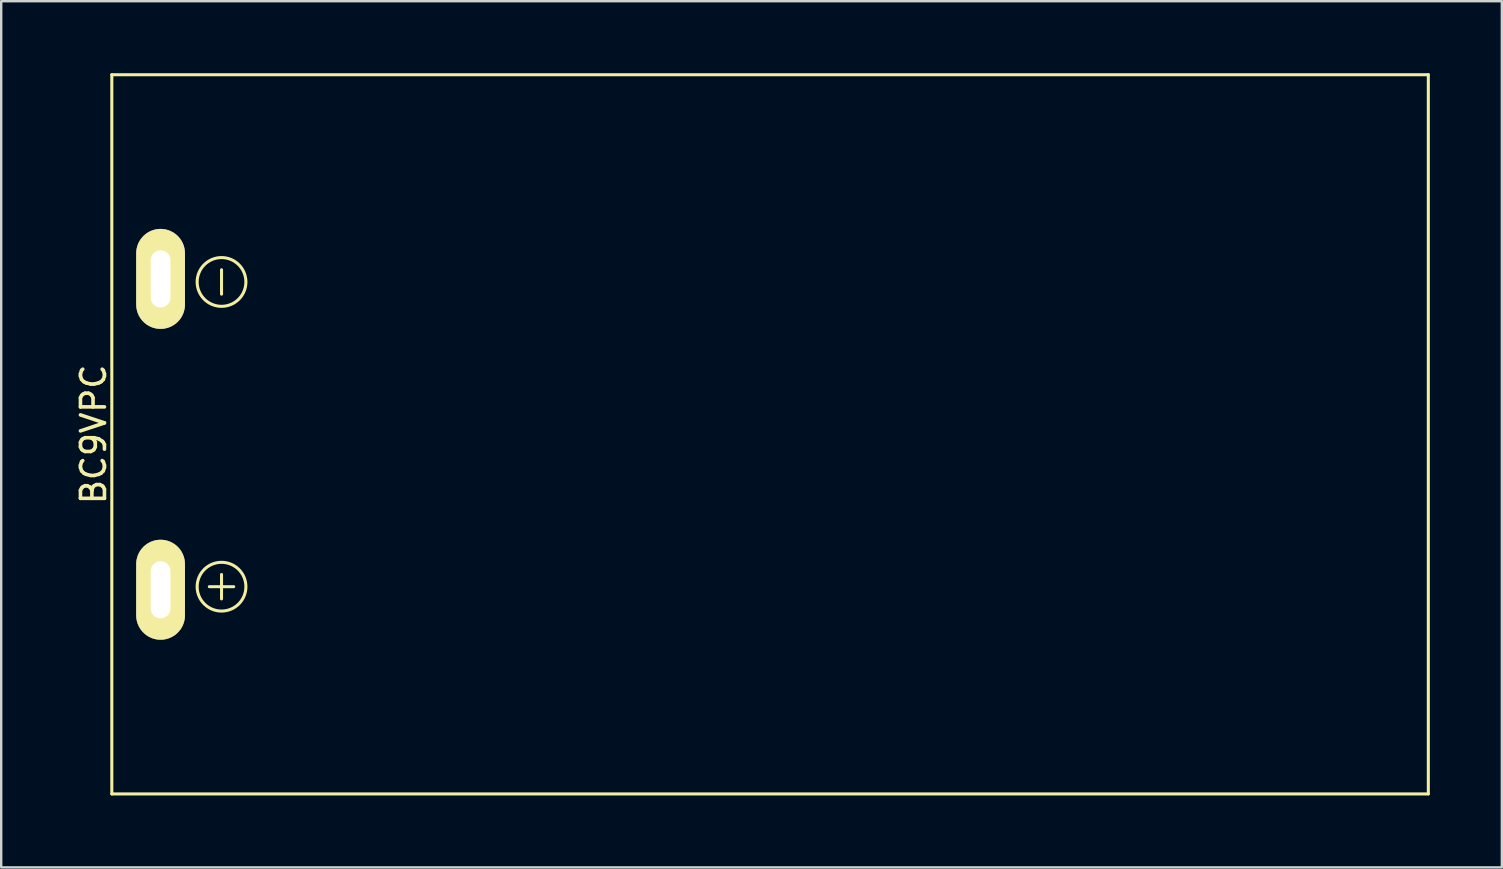
<source format=kicad_pcb>
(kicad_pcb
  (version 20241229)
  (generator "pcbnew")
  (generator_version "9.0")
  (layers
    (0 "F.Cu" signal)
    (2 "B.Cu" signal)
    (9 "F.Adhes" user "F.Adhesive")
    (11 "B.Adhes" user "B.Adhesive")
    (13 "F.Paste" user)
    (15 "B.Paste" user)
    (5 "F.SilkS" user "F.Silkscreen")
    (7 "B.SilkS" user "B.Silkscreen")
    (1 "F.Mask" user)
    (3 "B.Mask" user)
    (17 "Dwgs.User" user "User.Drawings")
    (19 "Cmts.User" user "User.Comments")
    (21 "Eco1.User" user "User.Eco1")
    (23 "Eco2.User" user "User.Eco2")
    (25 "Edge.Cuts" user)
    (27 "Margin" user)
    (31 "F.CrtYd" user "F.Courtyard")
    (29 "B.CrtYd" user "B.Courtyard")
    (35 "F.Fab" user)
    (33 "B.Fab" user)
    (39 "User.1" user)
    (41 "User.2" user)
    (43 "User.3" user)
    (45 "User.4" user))
  (footprint "BC9VPC"
    (layer "F.Cu")
    (at 3.642 15.05)
    (property "Reference" "BC9VPC" (at -2.794 0 90) (layer "F.SilkS") (effects (font (size 1 1) (thickness 0.15))))
    (attr through_hole)
    (fp_line (start -2.032 -14.986) (end -2.032 14.986) (stroke (width 0.127) (type solid)) (layer "F.SilkS"))
    (fp_line (start -2.032 14.986) (end 52.832 14.986) (stroke (width 0.127) (type solid)) (layer "F.SilkS"))
    (fp_line (start 2.032 6.35) (end 3.048 6.35) (stroke (width 0.127) (type solid)) (layer "F.SilkS"))
    (fp_line (start 2.54 -6.858) (end 2.54 -5.842) (stroke (width 0.127) (type solid)) (layer "F.SilkS"))
    (fp_line (start 2.54 5.842) (end 2.54 6.858) (stroke (width 0.127) (type solid)) (layer "F.SilkS"))
    (fp_line (start 52.832 -14.986) (end -2.032 -14.986) (stroke (width 0.127) (type solid)) (layer "F.SilkS"))
    (fp_line (start 52.832 14.986) (end 52.832 -14.986) (stroke (width 0.127) (type solid)) (layer "F.SilkS"))
    (fp_circle (center 2.54 -6.35) (end 3.556 -6.35) (stroke (width 0.127) (type solid)) (fill no) (layer "F.SilkS"))
    (fp_circle (center 2.54 6.35) (end 3.556 6.35) (stroke (width 0.127) (type solid)) (fill no) (layer "F.SilkS"))
    (pad "1" thru_hole oval (at 0 -6.477) (size 2.032 4.166) (drill oval 0.826 2.381) (layers "*.Cu" "*.Mask" "F.SilkS"))
    (pad "2" thru_hole oval (at 0 6.477) (size 2.032 4.166) (drill oval 0.826 2.381) (layers "*.Cu" "*.Mask" "F.SilkS")))
  (gr_rect
    (start -3 -3)
    (end 59.538 33.099)
    (stroke (width 0.1) (type default))
    (fill no)
    (layer "Edge.Cuts")))
</source>
